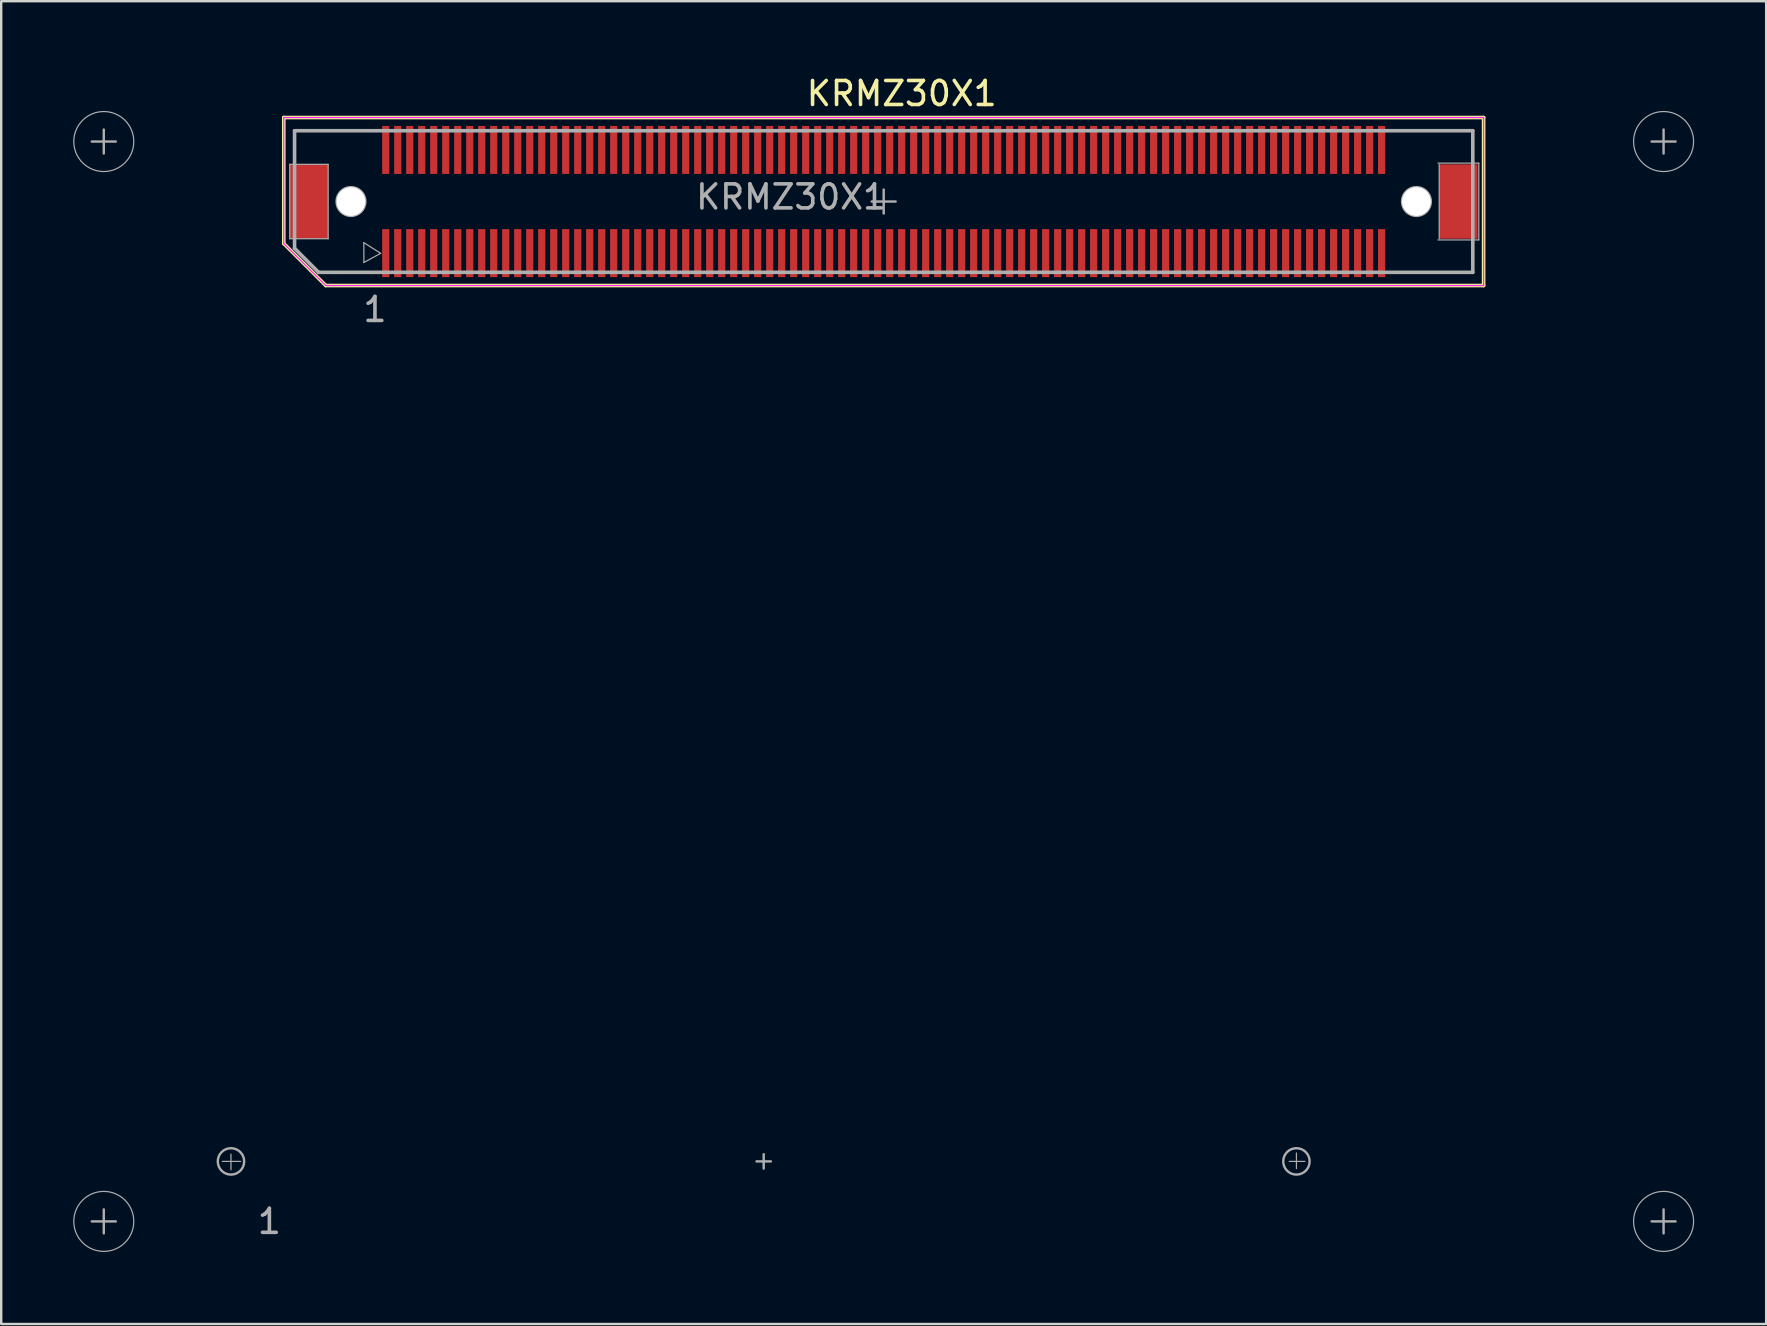
<source format=kicad_pcb>
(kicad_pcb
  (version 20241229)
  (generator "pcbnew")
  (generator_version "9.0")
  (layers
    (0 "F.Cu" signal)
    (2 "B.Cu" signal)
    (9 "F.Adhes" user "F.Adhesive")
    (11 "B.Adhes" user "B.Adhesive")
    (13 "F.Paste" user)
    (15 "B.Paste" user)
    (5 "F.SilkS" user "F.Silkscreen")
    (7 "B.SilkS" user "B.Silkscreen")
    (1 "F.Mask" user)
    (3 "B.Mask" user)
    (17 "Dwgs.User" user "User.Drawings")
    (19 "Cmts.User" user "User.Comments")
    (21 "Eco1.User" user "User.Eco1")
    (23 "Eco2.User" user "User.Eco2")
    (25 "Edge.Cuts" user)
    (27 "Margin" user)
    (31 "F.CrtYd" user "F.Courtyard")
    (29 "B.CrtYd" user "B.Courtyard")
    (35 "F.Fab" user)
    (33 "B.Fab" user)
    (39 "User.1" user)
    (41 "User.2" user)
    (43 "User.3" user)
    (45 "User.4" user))
  (footprint "KRMZ30X1"
    (layer "F.Cu")
    (at 33.775 5.348)
    (property "Reference" "KRMZ30X1" (at 0.75 -4.5 0) (layer "F.SilkS") (effects (font (size 1 1) (thickness 0.15))))
    (attr smd)
    (fp_line (start -25 -3.5) (end 25 -3.5) (stroke (width 0.15) (type solid)) (layer "F.SilkS"))
    (fp_line (start -25 1.75) (end -25 -3.5) (stroke (width 0.15) (type solid)) (layer "F.SilkS"))
    (fp_line (start -23.25 3.5) (end -25 1.75) (stroke (width 0.15) (type solid)) (layer "F.SilkS"))
    (fp_line (start 25 -3.5) (end 25 3.5) (stroke (width 0.15) (type solid)) (layer "F.SilkS"))
    (fp_line (start 25 3.5) (end -23.25 3.5) (stroke (width 0.15) (type solid)) (layer "F.SilkS"))
    (fp_line (start -25 -3.5) (end -25 1.75) (stroke (width 0.05) (type solid)) (layer "F.CrtYd"))
    (fp_line (start -25 1.75) (end -23.25 3.5) (stroke (width 0.05) (type solid)) (layer "F.CrtYd"))
    (fp_line (start -23.25 3.5) (end 25 3.5) (stroke (width 0.05) (type solid)) (layer "F.CrtYd"))
    (fp_line (start 25 -3.5) (end -25 -3.5) (stroke (width 0.05) (type solid)) (layer "F.CrtYd"))
    (fp_line (start 25 3.5) (end 25 -3.5) (stroke (width 0.05) (type solid)) (layer "F.CrtYd"))
    (fp_line (start -33 -2.5) (end -32 -2.5) (stroke (width 0.1) (type solid)) (layer "F.Fab"))
    (fp_line (start -33 42.5) (end -32 42.5) (stroke (width 0.1) (type solid)) (layer "F.Fab"))
    (fp_line (start -32.5 -3) (end -32.5 -2) (stroke (width 0.1) (type solid)) (layer "F.Fab"))
    (fp_line (start -32.5 42) (end -32.5 43) (stroke (width 0.1) (type solid)) (layer "F.Fab"))
    (fp_line (start -27.559 40) (end -26.797 40) (stroke (width 0.05) (type solid)) (layer "F.Fab"))
    (fp_line (start -27.2 39.7) (end -27.2 40.35) (stroke (width 0.05) (type solid)) (layer "F.Fab"))
    (fp_line (start -24.75 -1.55) (end -23.15 -1.55) (stroke (width 0.05) (type solid)) (layer "F.Fab"))
    (fp_line (start -24.75 1.55) (end -24.75 -1.55) (stroke (width 0.05) (type solid)) (layer "F.Fab"))
    (fp_line (start -24.55 -2.95) (end -24.55 1.95) (stroke (width 0.15) (type solid)) (layer "F.Fab"))
    (fp_line (start -24.55 -2.95) (end 24.55 -2.95) (stroke (width 0.15) (type solid)) (layer "F.Fab"))
    (fp_line (start -24.55 1.95) (end -23.55 2.95) (stroke (width 0.15) (type solid)) (layer "F.Fab"))
    (fp_line (start -23.55 2.95) (end 24.55 2.95) (stroke (width 0.15) (type solid)) (layer "F.Fab"))
    (fp_line (start -23.15 -1.55) (end -23.15 1.55) (stroke (width 0.05) (type solid)) (layer "F.Fab"))
    (fp_line (start -23.15 1.55) (end -24.75 1.55) (stroke (width 0.05) (type solid)) (layer "F.Fab"))
    (fp_line (start -21.662 1.714) (end -20.963 2.159) (stroke (width 0.05) (type solid)) (layer "F.Fab"))
    (fp_line (start -21.662 2.54) (end -21.662 1.714) (stroke (width 0.05) (type solid)) (layer "F.Fab"))
    (fp_line (start -20.963 2.159) (end -21.662 2.54) (stroke (width 0.05) (type solid)) (layer "F.Fab"))
    (fp_line (start -5.3 40) (end -4.7 40) (stroke (width 0.1) (type solid)) (layer "F.Fab"))
    (fp_line (start -5 39.7) (end -5 40.3) (stroke (width 0.1) (type solid)) (layer "F.Fab"))
    (fp_line (start -0.5 0) (end 0.5 0) (stroke (width 0.1) (type solid)) (layer "F.Fab"))
    (fp_line (start 0 -0.5) (end 0 0.5) (stroke (width 0.1) (type solid)) (layer "F.Fab"))
    (fp_line (start 16.9 40) (end 17.55 40) (stroke (width 0.05) (type solid)) (layer "F.Fab"))
    (fp_line (start 17.2 39.65) (end 17.2 40.3) (stroke (width 0.05) (type solid)) (layer "F.Fab"))
    (fp_line (start 23.1 -1.6) (end 24.8 -1.6) (stroke (width 0.05) (type solid)) (layer "F.Fab"))
    (fp_line (start 23.15 1.55) (end 23.15 -1.55) (stroke (width 0.05) (type solid)) (layer "F.Fab"))
    (fp_line (start 24.55 -2.95) (end 24.55 2.95) (stroke (width 0.15) (type solid)) (layer "F.Fab"))
    (fp_line (start 24.8 -1.6) (end 24.8 1.6) (stroke (width 0.05) (type solid)) (layer "F.Fab"))
    (fp_line (start 24.8 1.6) (end 23.1 1.6) (stroke (width 0.05) (type solid)) (layer "F.Fab"))
    (fp_line (start 32 -2.5) (end 33 -2.5) (stroke (width 0.1) (type solid)) (layer "F.Fab"))
    (fp_line (start 32 42.5) (end 33 42.5) (stroke (width 0.1) (type solid)) (layer "F.Fab"))
    (fp_line (start 32.5 -3) (end 32.5 -2) (stroke (width 0.1) (type solid)) (layer "F.Fab"))
    (fp_line (start 32.5 42) (end 32.5 43) (stroke (width 0.1) (type solid)) (layer "F.Fab"))
    (fp_circle (center -32.5 -2.5) (end -32.5 -1.25) (stroke (width 0.05) (type solid)) (fill no) (layer "F.Fab"))
    (fp_circle (center -32.5 42.5) (end -32.5 43.75) (stroke (width 0.05) (type solid)) (fill no) (layer "F.Fab"))
    (fp_circle (center -27.2 40) (end -27.75 40) (stroke (width 0.1) (type solid)) (fill no) (layer "F.Fab"))
    (fp_circle (center -22.2 0) (end -22.8 0) (stroke (width 0.1) (type solid)) (fill no) (layer "F.Fab"))
    (fp_circle (center 17.2 40) (end 16.65 40) (stroke (width 0.1) (type solid)) (fill no) (layer "F.Fab"))
    (fp_circle (center 22.2 0) (end 22.8 0) (stroke (width 0.1) (type solid)) (fill no) (layer "F.Fab"))
    (fp_circle (center 32.5 -2.5) (end 32.5 -1.25) (stroke (width 0.05) (type solid)) (fill no) (layer "F.Fab"))
    (fp_circle (center 32.5 42.5) (end 32.5 43.75) (stroke (width 0.05) (type solid)) (fill no) (layer "F.Fab"))
    (fp_text user "1" (at -25.6 42.5 0) (layer "F.Fab") (effects (font (size 1 1) (thickness 0.15))))
    (fp_text user "${REFERENCE}" (at -3.86 -0.19 0) (layer "F.Fab") (effects (font (size 1 1) (thickness 0.15))))
    (fp_text user "1" (at -21.2 4.5 0) (layer "F.Fab") (effects (font (size 1 1) (thickness 0.15))))
    (pad "" smd rect (at -23.95 0) (size 1.6 3.1) (layers "F.Cu" "F.Mask" "F.Paste"))
    (pad "" np_thru_hole circle (at -22.2 0) (size 1.2 1.2) (drill 1.2) (layers "*.Mask" "F.Cu"))
    (pad "" np_thru_hole circle (at 22.2 0) (size 1.2 1.2) (drill 1.2) (layers "*.Mask" "F.Cu"))
    (pad "" smd rect (at 23.95 0) (size 1.6 3.1) (layers "F.Cu" "F.Mask" "F.Paste"))
    (pad "1" smd rect (at -20.75 2.15) (size 0.3 2) (layers "F.Cu" "F.Mask" "F.Paste"))
    (pad "2" smd rect (at -20.75 -2.15) (size 0.3 2) (layers "F.Cu" "F.Mask" "F.Paste"))
    (pad "3" smd rect (at -20.25 2.15) (size 0.3 2) (layers "F.Cu" "F.Mask" "F.Paste"))
    (pad "4" smd rect (at -20.25 -2.15) (size 0.3 2) (layers "F.Cu" "F.Mask" "F.Paste"))
    (pad "5" smd rect (at -19.75 2.15) (size 0.3 2) (layers "F.Cu" "F.Mask" "F.Paste"))
    (pad "6" smd rect (at -19.75 -2.15) (size 0.3 2) (layers "F.Cu" "F.Mask" "F.Paste"))
    (pad "7" smd rect (at -19.25 2.15) (size 0.3 2) (layers "F.Cu" "F.Mask" "F.Paste"))
    (pad "8" smd rect (at -19.25 -2.15) (size 0.3 2) (layers "F.Cu" "F.Mask" "F.Paste"))
    (pad "9" smd rect (at -18.75 2.15) (size 0.3 2) (layers "F.Cu" "F.Mask" "F.Paste"))
    (pad "10" smd rect (at -18.75 -2.15) (size 0.3 2) (layers "F.Cu" "F.Mask" "F.Paste"))
    (pad "11" smd rect (at -18.25 2.15) (size 0.3 2) (layers "F.Cu" "F.Mask" "F.Paste"))
    (pad "12" smd rect (at -18.25 -2.15) (size 0.3 2) (layers "F.Cu" "F.Mask" "F.Paste"))
    (pad "13" smd rect (at -17.75 2.15) (size 0.3 2) (layers "F.Cu" "F.Mask" "F.Paste"))
    (pad "14" smd rect (at -17.75 -2.15) (size 0.3 2) (layers "F.Cu" "F.Mask" "F.Paste"))
    (pad "15" smd rect (at -17.25 2.15) (size 0.3 2) (layers "F.Cu" "F.Mask" "F.Paste"))
    (pad "16" smd rect (at -17.25 -2.15) (size 0.3 2) (layers "F.Cu" "F.Mask" "F.Paste"))
    (pad "17" smd rect (at -16.75 2.15) (size 0.3 2) (layers "F.Cu" "F.Mask" "F.Paste"))
    (pad "18" smd rect (at -16.75 -2.15) (size 0.3 2) (layers "F.Cu" "F.Mask" "F.Paste"))
    (pad "19" smd rect (at -16.25 2.15) (size 0.3 2) (layers "F.Cu" "F.Mask" "F.Paste"))
    (pad "20" smd rect (at -16.25 -2.15) (size 0.3 2) (layers "F.Cu" "F.Mask" "F.Paste"))
    (pad "21" smd rect (at -15.75 2.15) (size 0.3 2) (layers "F.Cu" "F.Mask" "F.Paste"))
    (pad "22" smd rect (at -15.75 -2.15) (size 0.3 2) (layers "F.Cu" "F.Mask" "F.Paste"))
    (pad "23" smd rect (at -15.25 2.15) (size 0.3 2) (layers "F.Cu" "F.Mask" "F.Paste"))
    (pad "24" smd rect (at -15.25 -2.15) (size 0.3 2) (layers "F.Cu" "F.Mask" "F.Paste"))
    (pad "25" smd rect (at -14.75 2.15) (size 0.3 2) (layers "F.Cu" "F.Mask" "F.Paste"))
    (pad "26" smd rect (at -14.75 -2.15) (size 0.3 2) (layers "F.Cu" "F.Mask" "F.Paste"))
    (pad "27" smd rect (at -14.25 2.15) (size 0.3 2) (layers "F.Cu" "F.Mask" "F.Paste"))
    (pad "28" smd rect (at -14.25 -2.15) (size 0.3 2) (layers "F.Cu" "F.Mask" "F.Paste"))
    (pad "29" smd rect (at -13.75 2.15) (size 0.3 2) (layers "F.Cu" "F.Mask" "F.Paste"))
    (pad "30" smd rect (at -13.75 -2.15) (size 0.3 2) (layers "F.Cu" "F.Mask" "F.Paste"))
    (pad "31" smd rect (at -13.25 2.15) (size 0.3 2) (layers "F.Cu" "F.Mask" "F.Paste"))
    (pad "32" smd rect (at -13.25 -2.15) (size 0.3 2) (layers "F.Cu" "F.Mask" "F.Paste"))
    (pad "33" smd rect (at -12.75 2.15) (size 0.3 2) (layers "F.Cu" "F.Mask" "F.Paste"))
    (pad "34" smd rect (at -12.75 -2.15) (size 0.3 2) (layers "F.Cu" "F.Mask" "F.Paste"))
    (pad "35" smd rect (at -12.25 2.15) (size 0.3 2) (layers "F.Cu" "F.Mask" "F.Paste"))
    (pad "36" smd rect (at -12.25 -2.15) (size 0.3 2) (layers "F.Cu" "F.Mask" "F.Paste"))
    (pad "37" smd rect (at -11.75 2.15) (size 0.3 2) (layers "F.Cu" "F.Mask" "F.Paste"))
    (pad "38" smd rect (at -11.75 -2.15) (size 0.3 2) (layers "F.Cu" "F.Mask" "F.Paste"))
    (pad "39" smd rect (at -11.25 2.15) (size 0.3 2) (layers "F.Cu" "F.Mask" "F.Paste"))
    (pad "40" smd rect (at -11.25 -2.15) (size 0.3 2) (layers "F.Cu" "F.Mask" "F.Paste"))
    (pad "41" smd rect (at -10.75 2.15) (size 0.3 2) (layers "F.Cu" "F.Mask" "F.Paste"))
    (pad "42" smd rect (at -10.75 -2.15) (size 0.3 2) (layers "F.Cu" "F.Mask" "F.Paste"))
    (pad "43" smd rect (at -10.25 2.15) (size 0.3 2) (layers "F.Cu" "F.Mask" "F.Paste"))
    (pad "44" smd rect (at -10.25 -2.15) (size 0.3 2) (layers "F.Cu" "F.Mask" "F.Paste"))
    (pad "45" smd rect (at -9.75 2.15) (size 0.3 2) (layers "F.Cu" "F.Mask" "F.Paste"))
    (pad "46" smd rect (at -9.75 -2.15) (size 0.3 2) (layers "F.Cu" "F.Mask" "F.Paste"))
    (pad "47" smd rect (at -9.25 2.15) (size 0.3 2) (layers "F.Cu" "F.Mask" "F.Paste"))
    (pad "48" smd rect (at -9.25 -2.15) (size 0.3 2) (layers "F.Cu" "F.Mask" "F.Paste"))
    (pad "49" smd rect (at -8.75 2.15) (size 0.3 2) (layers "F.Cu" "F.Mask" "F.Paste"))
    (pad "50" smd rect (at -8.75 -2.15) (size 0.3 2) (layers "F.Cu" "F.Mask" "F.Paste"))
    (pad "51" smd rect (at -8.25 2.15) (size 0.3 2) (layers "F.Cu" "F.Mask" "F.Paste"))
    (pad "52" smd rect (at -8.25 -2.15) (size 0.3 2) (layers "F.Cu" "F.Mask" "F.Paste"))
    (pad "53" smd rect (at -7.75 2.15) (size 0.3 2) (layers "F.Cu" "F.Mask" "F.Paste"))
    (pad "54" smd rect (at -7.75 -2.15) (size 0.3 2) (layers "F.Cu" "F.Mask" "F.Paste"))
    (pad "55" smd rect (at -7.25 2.15) (size 0.3 2) (layers "F.Cu" "F.Mask" "F.Paste"))
    (pad "56" smd rect (at -7.25 -2.15) (size 0.3 2) (layers "F.Cu" "F.Mask" "F.Paste"))
    (pad "57" smd rect (at -6.75 2.15) (size 0.3 2) (layers "F.Cu" "F.Mask" "F.Paste"))
    (pad "58" smd rect (at -6.75 -2.15) (size 0.3 2) (layers "F.Cu" "F.Mask" "F.Paste"))
    (pad "59" smd rect (at -6.25 2.15) (size 0.3 2) (layers "F.Cu" "F.Mask" "F.Paste"))
    (pad "60" smd rect (at -6.25 -2.15) (size 0.3 2) (layers "F.Cu" "F.Mask" "F.Paste"))
    (pad "61" smd rect (at -5.75 2.15) (size 0.3 2) (layers "F.Cu" "F.Mask" "F.Paste"))
    (pad "62" smd rect (at -5.75 -2.15) (size 0.3 2) (layers "F.Cu" "F.Mask" "F.Paste"))
    (pad "63" smd rect (at -5.25 2.15) (size 0.3 2) (layers "F.Cu" "F.Mask" "F.Paste"))
    (pad "64" smd rect (at -5.25 -2.15) (size 0.3 2) (layers "F.Cu" "F.Mask" "F.Paste"))
    (pad "65" smd rect (at -4.75 2.15) (size 0.3 2) (layers "F.Cu" "F.Mask" "F.Paste"))
    (pad "66" smd rect (at -4.75 -2.15) (size 0.3 2) (layers "F.Cu" "F.Mask" "F.Paste"))
    (pad "67" smd rect (at -4.25 2.15) (size 0.3 2) (layers "F.Cu" "F.Mask" "F.Paste"))
    (pad "68" smd rect (at -4.25 -2.15) (size 0.3 2) (layers "F.Cu" "F.Mask" "F.Paste"))
    (pad "69" smd rect (at -3.75 2.15) (size 0.3 2) (layers "F.Cu" "F.Mask" "F.Paste"))
    (pad "70" smd rect (at -3.75 -2.15) (size 0.3 2) (layers "F.Cu" "F.Mask" "F.Paste"))
    (pad "71" smd rect (at -3.25 2.15) (size 0.3 2) (layers "F.Cu" "F.Mask" "F.Paste"))
    (pad "72" smd rect (at -3.25 -2.15) (size 0.3 2) (layers "F.Cu" "F.Mask" "F.Paste"))
    (pad "73" smd rect (at -2.75 2.15) (size 0.3 2) (layers "F.Cu" "F.Mask" "F.Paste"))
    (pad "74" smd rect (at -2.75 -2.15) (size 0.3 2) (layers "F.Cu" "F.Mask" "F.Paste"))
    (pad "75" smd rect (at -2.25 2.15) (size 0.3 2) (layers "F.Cu" "F.Mask" "F.Paste"))
    (pad "76" smd rect (at -2.25 -2.15) (size 0.3 2) (layers "F.Cu" "F.Mask" "F.Paste"))
    (pad "77" smd rect (at -1.75 2.15) (size 0.3 2) (layers "F.Cu" "F.Mask" "F.Paste"))
    (pad "78" smd rect (at -1.75 -2.15) (size 0.3 2) (layers "F.Cu" "F.Mask" "F.Paste"))
    (pad "79" smd rect (at -1.25 2.15) (size 0.3 2) (layers "F.Cu" "F.Mask" "F.Paste"))
    (pad "80" smd rect (at -1.25 -2.15) (size 0.3 2) (layers "F.Cu" "F.Mask" "F.Paste"))
    (pad "81" smd rect (at -0.75 2.15) (size 0.3 2) (layers "F.Cu" "F.Mask" "F.Paste"))
    (pad "82" smd rect (at -0.75 -2.15) (size 0.3 2) (layers "F.Cu" "F.Mask" "F.Paste"))
    (pad "83" smd rect (at -0.25 2.15) (size 0.3 2) (layers "F.Cu" "F.Mask" "F.Paste"))
    (pad "84" smd rect (at -0.25 -2.15) (size 0.3 2) (layers "F.Cu" "F.Mask" "F.Paste"))
    (pad "85" smd rect (at 0.25 2.15) (size 0.3 2) (layers "F.Cu" "F.Mask" "F.Paste"))
    (pad "86" smd rect (at 0.25 -2.15) (size 0.3 2) (layers "F.Cu" "F.Mask" "F.Paste"))
    (pad "87" smd rect (at 0.75 2.15) (size 0.3 2) (layers "F.Cu" "F.Mask" "F.Paste"))
    (pad "88" smd rect (at 0.75 -2.15) (size 0.3 2) (layers "F.Cu" "F.Mask" "F.Paste"))
    (pad "89" smd rect (at 1.25 2.15) (size 0.3 2) (layers "F.Cu" "F.Mask" "F.Paste"))
    (pad "90" smd rect (at 1.25 -2.15) (size 0.3 2) (layers "F.Cu" "F.Mask" "F.Paste"))
    (pad "91" smd rect (at 1.75 2.15) (size 0.3 2) (layers "F.Cu" "F.Mask" "F.Paste"))
    (pad "92" smd rect (at 1.75 -2.15) (size 0.3 2) (layers "F.Cu" "F.Mask" "F.Paste"))
    (pad "93" smd rect (at 2.25 2.15) (size 0.3 2) (layers "F.Cu" "F.Mask" "F.Paste"))
    (pad "94" smd rect (at 2.25 -2.15) (size 0.3 2) (layers "F.Cu" "F.Mask" "F.Paste"))
    (pad "95" smd rect (at 2.75 2.15) (size 0.3 2) (layers "F.Cu" "F.Mask" "F.Paste"))
    (pad "96" smd rect (at 2.75 -2.15) (size 0.3 2) (layers "F.Cu" "F.Mask" "F.Paste"))
    (pad "97" smd rect (at 3.25 2.15) (size 0.3 2) (layers "F.Cu" "F.Mask" "F.Paste"))
    (pad "98" smd rect (at 3.25 -2.15) (size 0.3 2) (layers "F.Cu" "F.Mask" "F.Paste"))
    (pad "99" smd rect (at 3.75 2.15) (size 0.3 2) (layers "F.Cu" "F.Mask" "F.Paste"))
    (pad "100" smd rect (at 3.75 -2.15) (size 0.3 2) (layers "F.Cu" "F.Mask" "F.Paste"))
    (pad "101" smd rect (at 4.25 2.15) (size 0.3 2) (layers "F.Cu" "F.Mask" "F.Paste"))
    (pad "102" smd rect (at 4.25 -2.15) (size 0.3 2) (layers "F.Cu" "F.Mask" "F.Paste"))
    (pad "103" smd rect (at 4.75 2.15) (size 0.3 2) (layers "F.Cu" "F.Mask" "F.Paste"))
    (pad "104" smd rect (at 4.75 -2.15) (size 0.3 2) (layers "F.Cu" "F.Mask" "F.Paste"))
    (pad "105" smd rect (at 5.25 2.15) (size 0.3 2) (layers "F.Cu" "F.Mask" "F.Paste"))
    (pad "106" smd rect (at 5.25 -2.15) (size 0.3 2) (layers "F.Cu" "F.Mask" "F.Paste"))
    (pad "107" smd rect (at 5.75 2.15) (size 0.3 2) (layers "F.Cu" "F.Mask" "F.Paste"))
    (pad "108" smd rect (at 5.75 -2.15) (size 0.3 2) (layers "F.Cu" "F.Mask" "F.Paste"))
    (pad "109" smd rect (at 6.25 2.15) (size 0.3 2) (layers "F.Cu" "F.Mask" "F.Paste"))
    (pad "110" smd rect (at 6.25 -2.15) (size 0.3 2) (layers "F.Cu" "F.Mask" "F.Paste"))
    (pad "111" smd rect (at 6.75 2.15) (size 0.3 2) (layers "F.Cu" "F.Mask" "F.Paste"))
    (pad "112" smd rect (at 6.75 -2.15) (size 0.3 2) (layers "F.Cu" "F.Mask" "F.Paste"))
    (pad "113" smd rect (at 7.25 2.15) (size 0.3 2) (layers "F.Cu" "F.Mask" "F.Paste"))
    (pad "114" smd rect (at 7.25 -2.15) (size 0.3 2) (layers "F.Cu" "F.Mask" "F.Paste"))
    (pad "115" smd rect (at 7.75 2.15) (size 0.3 2) (layers "F.Cu" "F.Mask" "F.Paste"))
    (pad "116" smd rect (at 7.75 -2.15) (size 0.3 2) (layers "F.Cu" "F.Mask" "F.Paste"))
    (pad "117" smd rect (at 8.25 2.15) (size 0.3 2) (layers "F.Cu" "F.Mask" "F.Paste"))
    (pad "118" smd rect (at 8.25 -2.15) (size 0.3 2) (layers "F.Cu" "F.Mask" "F.Paste"))
    (pad "119" smd rect (at 8.75 2.15) (size 0.3 2) (layers "F.Cu" "F.Mask" "F.Paste"))
    (pad "120" smd rect (at 8.75 -2.15) (size 0.3 2) (layers "F.Cu" "F.Mask" "F.Paste"))
    (pad "121" smd rect (at 9.25 2.15) (size 0.3 2) (layers "F.Cu" "F.Mask" "F.Paste"))
    (pad "122" smd rect (at 9.25 -2.15) (size 0.3 2) (layers "F.Cu" "F.Mask" "F.Paste"))
    (pad "123" smd rect (at 9.75 2.15) (size 0.3 2) (layers "F.Cu" "F.Mask" "F.Paste"))
    (pad "124" smd rect (at 9.75 -2.15) (size 0.3 2) (layers "F.Cu" "F.Mask" "F.Paste"))
    (pad "125" smd rect (at 10.25 2.15) (size 0.3 2) (layers "F.Cu" "F.Mask" "F.Paste"))
    (pad "126" smd rect (at 10.25 -2.15) (size 0.3 2) (layers "F.Cu" "F.Mask" "F.Paste"))
    (pad "127" smd rect (at 10.75 2.15) (size 0.3 2) (layers "F.Cu" "F.Mask" "F.Paste"))
    (pad "128" smd rect (at 10.75 -2.15) (size 0.3 2) (layers "F.Cu" "F.Mask" "F.Paste"))
    (pad "129" smd rect (at 11.25 2.15) (size 0.3 2) (layers "F.Cu" "F.Mask" "F.Paste"))
    (pad "130" smd rect (at 11.25 -2.15) (size 0.3 2) (layers "F.Cu" "F.Mask" "F.Paste"))
    (pad "131" smd rect (at 11.75 2.15) (size 0.3 2) (layers "F.Cu" "F.Mask" "F.Paste"))
    (pad "132" smd rect (at 11.75 -2.15) (size 0.3 2) (layers "F.Cu" "F.Mask" "F.Paste"))
    (pad "133" smd rect (at 12.25 2.15) (size 0.3 2) (layers "F.Cu" "F.Mask" "F.Paste"))
    (pad "134" smd rect (at 12.25 -2.15) (size 0.3 2) (layers "F.Cu" "F.Mask" "F.Paste"))
    (pad "135" smd rect (at 12.75 2.15) (size 0.3 2) (layers "F.Cu" "F.Mask" "F.Paste"))
    (pad "136" smd rect (at 12.75 -2.15) (size 0.3 2) (layers "F.Cu" "F.Mask" "F.Paste"))
    (pad "137" smd rect (at 13.25 2.15) (size 0.3 2) (layers "F.Cu" "F.Mask" "F.Paste"))
    (pad "138" smd rect (at 13.25 -2.15) (size 0.3 2) (layers "F.Cu" "F.Mask" "F.Paste"))
    (pad "139" smd rect (at 13.75 2.15) (size 0.3 2) (layers "F.Cu" "F.Mask" "F.Paste"))
    (pad "140" smd rect (at 13.75 -2.15) (size 0.3 2) (layers "F.Cu" "F.Mask" "F.Paste"))
    (pad "141" smd rect (at 14.25 2.15) (size 0.3 2) (layers "F.Cu" "F.Mask" "F.Paste"))
    (pad "142" smd rect (at 14.25 -2.15) (size 0.3 2) (layers "F.Cu" "F.Mask" "F.Paste"))
    (pad "143" smd rect (at 14.75 2.15) (size 0.3 2) (layers "F.Cu" "F.Mask" "F.Paste"))
    (pad "144" smd rect (at 14.75 -2.15) (size 0.3 2) (layers "F.Cu" "F.Mask" "F.Paste"))
    (pad "145" smd rect (at 15.25 2.15) (size 0.3 2) (layers "F.Cu" "F.Mask" "F.Paste"))
    (pad "146" smd rect (at 15.25 -2.15) (size 0.3 2) (layers "F.Cu" "F.Mask" "F.Paste"))
    (pad "147" smd rect (at 15.75 2.15) (size 0.3 2) (layers "F.Cu" "F.Mask" "F.Paste"))
    (pad "148" smd rect (at 15.75 -2.15) (size 0.3 2) (layers "F.Cu" "F.Mask" "F.Paste"))
    (pad "149" smd rect (at 16.25 2.15) (size 0.3 2) (layers "F.Cu" "F.Mask" "F.Paste"))
    (pad "150" smd rect (at 16.25 -2.15) (size 0.3 2) (layers "F.Cu" "F.Mask" "F.Paste"))
    (pad "151" smd rect (at 16.75 2.15) (size 0.3 2) (layers "F.Cu" "F.Mask" "F.Paste"))
    (pad "152" smd rect (at 16.75 -2.15) (size 0.3 2) (layers "F.Cu" "F.Mask" "F.Paste"))
    (pad "153" smd rect (at 17.25 2.15) (size 0.3 2) (layers "F.Cu" "F.Mask" "F.Paste"))
    (pad "154" smd rect (at 17.25 -2.15) (size 0.3 2) (layers "F.Cu" "F.Mask" "F.Paste"))
    (pad "155" smd rect (at 17.75 2.15) (size 0.3 2) (layers "F.Cu" "F.Mask" "F.Paste"))
    (pad "156" smd rect (at 17.75 -2.15) (size 0.3 2) (layers "F.Cu" "F.Mask" "F.Paste"))
    (pad "157" smd rect (at 18.25 2.15) (size 0.3 2) (layers "F.Cu" "F.Mask" "F.Paste"))
    (pad "158" smd rect (at 18.25 -2.15) (size 0.3 2) (layers "F.Cu" "F.Mask" "F.Paste"))
    (pad "159" smd rect (at 18.75 2.15) (size 0.3 2) (layers "F.Cu" "F.Mask" "F.Paste"))
    (pad "160" smd rect (at 18.75 -2.15) (size 0.3 2) (layers "F.Cu" "F.Mask" "F.Paste"))
    (pad "161" smd rect (at 19.25 2.15) (size 0.3 2) (layers "F.Cu" "F.Mask" "F.Paste"))
    (pad "162" smd rect (at 19.25 -2.15) (size 0.3 2) (layers "F.Cu" "F.Mask" "F.Paste"))
    (pad "163" smd rect (at 19.75 2.15) (size 0.3 2) (layers "F.Cu" "F.Mask" "F.Paste"))
    (pad "164" smd rect (at 19.75 -2.15) (size 0.3 2) (layers "F.Cu" "F.Mask" "F.Paste"))
    (pad "165" smd rect (at 20.25 2.15) (size 0.3 2) (layers "F.Cu" "F.Mask" "F.Paste"))
    (pad "166" smd rect (at 20.25 -2.15) (size 0.3 2) (layers "F.Cu" "F.Mask" "F.Paste"))
    (pad "167" smd rect (at 20.75 2.15) (size 0.3 2) (layers "F.Cu" "F.Mask" "F.Paste"))
    (pad "168" smd rect (at 20.75 -2.15) (size 0.3 2) (layers "F.Cu" "F.Mask" "F.Paste")))
  (gr_rect
    (start -3 -3)
    (end 70.55 52.123)
    (stroke (width 0.1) (type default))
    (fill no)
    (layer "Edge.Cuts")))
</source>
